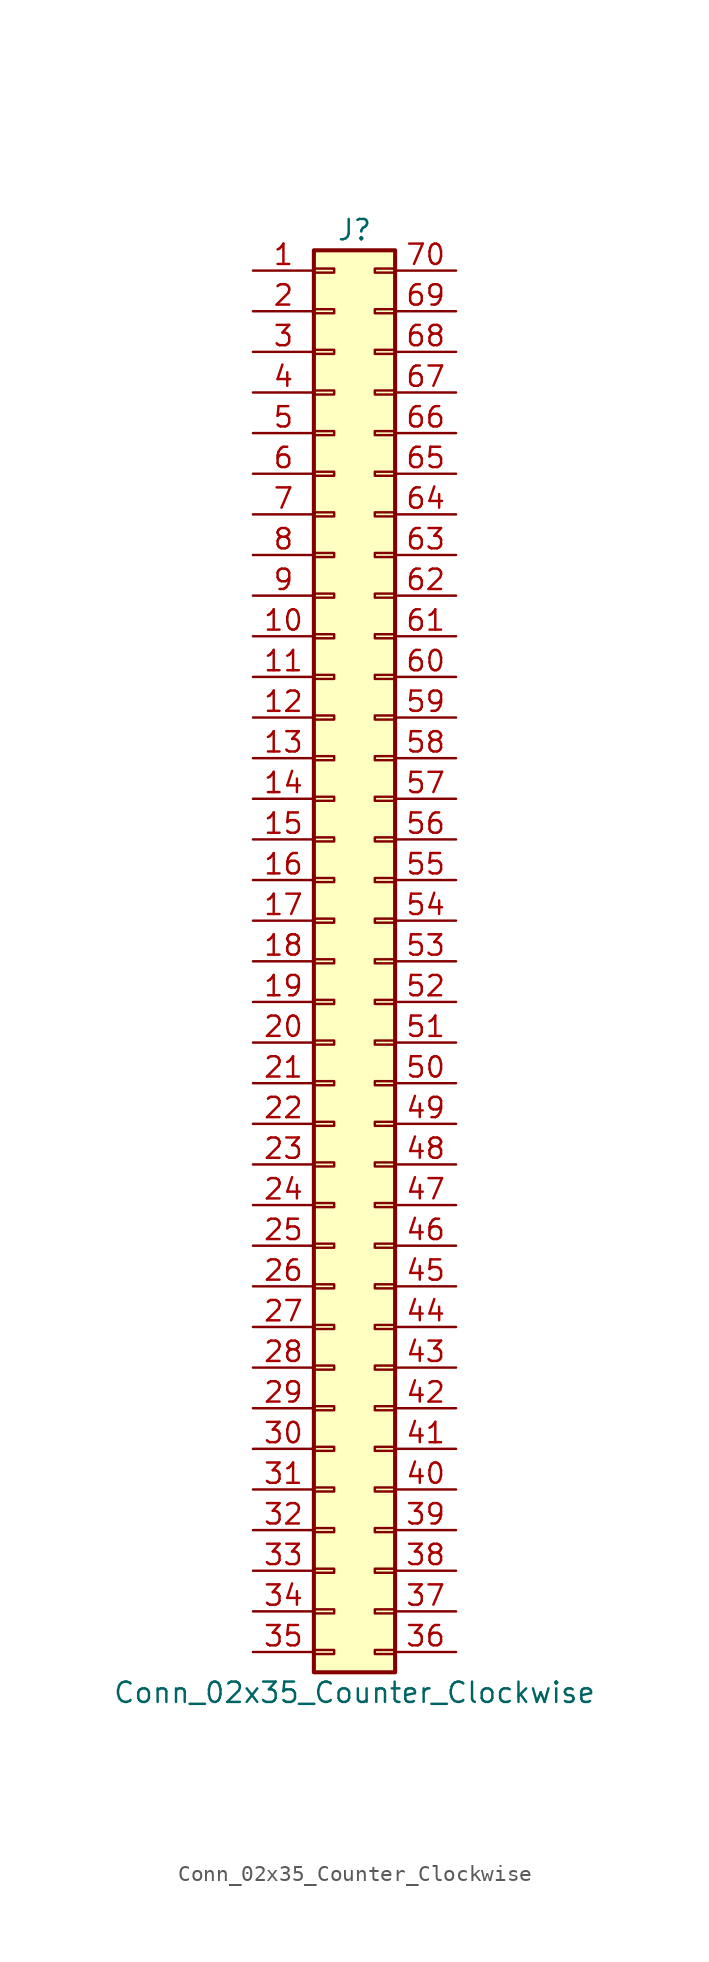
<source format=kicad_sym>
(kicad_symbol_lib
  (version 20220914)
  (generator kicad_symbol_editor)
  (symbol "Conn_02x35_Counter_Clockwise"
    (pin_names
      (offset 1.016) hide)
    (property "Reference" "J"
      (at 1.27 45.72 0)
      (effects (font (size 1.27 1.27))))
    (property "Value" "Conn_02x35_Counter_Clockwise"
      (at 1.27 -45.72 0)
      (effects (font (size 1.27 1.27))))
    (symbol "Conn_02x35_Counter_Clockwise_1_1"
      (rectangle (start -1.27 -43.053) (end 0 -43.307) (stroke (width 0.152) (type solid)) (fill (type none)))
      (rectangle (start -1.27 -40.513) (end 0 -40.767) (stroke (width 0.152) (type solid)) (fill (type none)))
      (rectangle (start -1.27 -37.973) (end 0 -38.227) (stroke (width 0.152) (type solid)) (fill (type none)))
      (rectangle (start -1.27 -35.433) (end 0 -35.687) (stroke (width 0.152) (type solid)) (fill (type none)))
      (rectangle (start -1.27 -32.893) (end 0 -33.147) (stroke (width 0.152) (type solid)) (fill (type none)))
      (rectangle (start -1.27 -30.353) (end 0 -30.607) (stroke (width 0.152) (type solid)) (fill (type none)))
      (rectangle (start -1.27 -27.813) (end 0 -28.067) (stroke (width 0.152) (type solid)) (fill (type none)))
      (rectangle (start -1.27 -25.273) (end 0 -25.527) (stroke (width 0.152) (type solid)) (fill (type none)))
      (rectangle (start -1.27 -22.733) (end 0 -22.987) (stroke (width 0.152) (type solid)) (fill (type none)))
      (rectangle (start -1.27 -20.193) (end 0 -20.447) (stroke (width 0.152) (type solid)) (fill (type none)))
      (rectangle (start -1.27 -17.653) (end 0 -17.907) (stroke (width 0.152) (type solid)) (fill (type none)))
      (rectangle (start -1.27 -15.113) (end 0 -15.367) (stroke (width 0.152) (type solid)) (fill (type none)))
      (rectangle (start -1.27 -12.573) (end 0 -12.827) (stroke (width 0.152) (type solid)) (fill (type none)))
      (rectangle (start -1.27 -10.033) (end 0 -10.287) (stroke (width 0.152) (type solid)) (fill (type none)))
      (rectangle (start -1.27 -7.493) (end 0 -7.747) (stroke (width 0.152) (type solid)) (fill (type none)))
      (rectangle (start -1.27 -4.953) (end 0 -5.207) (stroke (width 0.152) (type solid)) (fill (type none)))
      (rectangle (start -1.27 -2.413) (end 0 -2.667) (stroke (width 0.152) (type solid)) (fill (type none)))
      (rectangle (start -1.27 0.127) (end 0 -0.127) (stroke (width 0.152) (type solid)) (fill (type none)))
      (rectangle (start -1.27 2.667) (end 0 2.413) (stroke (width 0.152) (type solid)) (fill (type none)))
      (rectangle (start -1.27 5.207) (end 0 4.953) (stroke (width 0.152) (type solid)) (fill (type none)))
      (rectangle (start -1.27 7.747) (end 0 7.493) (stroke (width 0.152) (type solid)) (fill (type none)))
      (rectangle (start -1.27 10.287) (end 0 10.033) (stroke (width 0.152) (type solid)) (fill (type none)))
      (rectangle (start -1.27 12.827) (end 0 12.573) (stroke (width 0.152) (type solid)) (fill (type none)))
      (rectangle (start -1.27 15.367) (end 0 15.113) (stroke (width 0.152) (type solid)) (fill (type none)))
      (rectangle (start -1.27 17.907) (end 0 17.653) (stroke (width 0.152) (type solid)) (fill (type none)))
      (rectangle (start -1.27 20.447) (end 0 20.193) (stroke (width 0.152) (type solid)) (fill (type none)))
      (rectangle (start -1.27 22.987) (end 0 22.733) (stroke (width 0.152) (type solid)) (fill (type none)))
      (rectangle (start -1.27 25.527) (end 0 25.273) (stroke (width 0.152) (type solid)) (fill (type none)))
      (rectangle (start -1.27 28.067) (end 0 27.813) (stroke (width 0.152) (type solid)) (fill (type none)))
      (rectangle (start -1.27 30.607) (end 0 30.353) (stroke (width 0.152) (type solid)) (fill (type none)))
      (rectangle (start -1.27 33.147) (end 0 32.893) (stroke (width 0.152) (type solid)) (fill (type none)))
      (rectangle (start -1.27 35.687) (end 0 35.433) (stroke (width 0.152) (type solid)) (fill (type none)))
      (rectangle (start -1.27 38.227) (end 0 37.973) (stroke (width 0.152) (type solid)) (fill (type none)))
      (rectangle (start -1.27 40.767) (end 0 40.513) (stroke (width 0.152) (type solid)) (fill (type none)))
      (rectangle (start -1.27 43.307) (end 0 43.053) (stroke (width 0.152) (type solid)) (fill (type none)))
      (rectangle (start -1.27 44.45) (end 3.81 -44.45) (stroke (width 0.254) (type solid)) (fill (type background)))
      (rectangle (start 3.81 -43.053) (end 2.54 -43.307) (stroke (width 0.152) (type solid)) (fill (type none)))
      (rectangle (start 3.81 -40.513) (end 2.54 -40.767) (stroke (width 0.152) (type solid)) (fill (type none)))
      (rectangle (start 3.81 -37.973) (end 2.54 -38.227) (stroke (width 0.152) (type solid)) (fill (type none)))
      (rectangle (start 3.81 -35.433) (end 2.54 -35.687) (stroke (width 0.152) (type solid)) (fill (type none)))
      (rectangle (start 3.81 -32.893) (end 2.54 -33.147) (stroke (width 0.152) (type solid)) (fill (type none)))
      (rectangle (start 3.81 -30.353) (end 2.54 -30.607) (stroke (width 0.152) (type solid)) (fill (type none)))
      (rectangle (start 3.81 -27.813) (end 2.54 -28.067) (stroke (width 0.152) (type solid)) (fill (type none)))
      (rectangle (start 3.81 -25.273) (end 2.54 -25.527) (stroke (width 0.152) (type solid)) (fill (type none)))
      (rectangle (start 3.81 -22.733) (end 2.54 -22.987) (stroke (width 0.152) (type solid)) (fill (type none)))
      (rectangle (start 3.81 -20.193) (end 2.54 -20.447) (stroke (width 0.152) (type solid)) (fill (type none)))
      (rectangle (start 3.81 -17.653) (end 2.54 -17.907) (stroke (width 0.152) (type solid)) (fill (type none)))
      (rectangle (start 3.81 -15.113) (end 2.54 -15.367) (stroke (width 0.152) (type solid)) (fill (type none)))
      (rectangle (start 3.81 -12.573) (end 2.54 -12.827) (stroke (width 0.152) (type solid)) (fill (type none)))
      (rectangle (start 3.81 -10.033) (end 2.54 -10.287) (stroke (width 0.152) (type solid)) (fill (type none)))
      (rectangle (start 3.81 -7.493) (end 2.54 -7.747) (stroke (width 0.152) (type solid)) (fill (type none)))
      (rectangle (start 3.81 -4.953) (end 2.54 -5.207) (stroke (width 0.152) (type solid)) (fill (type none)))
      (rectangle (start 3.81 -2.413) (end 2.54 -2.667) (stroke (width 0.152) (type solid)) (fill (type none)))
      (rectangle (start 3.81 0.127) (end 2.54 -0.127) (stroke (width 0.152) (type solid)) (fill (type none)))
      (rectangle (start 3.81 2.667) (end 2.54 2.413) (stroke (width 0.152) (type solid)) (fill (type none)))
      (rectangle (start 3.81 5.207) (end 2.54 4.953) (stroke (width 0.152) (type solid)) (fill (type none)))
      (rectangle (start 3.81 7.747) (end 2.54 7.493) (stroke (width 0.152) (type solid)) (fill (type none)))
      (rectangle (start 3.81 10.287) (end 2.54 10.033) (stroke (width 0.152) (type solid)) (fill (type none)))
      (rectangle (start 3.81 12.827) (end 2.54 12.573) (stroke (width 0.152) (type solid)) (fill (type none)))
      (rectangle (start 3.81 15.367) (end 2.54 15.113) (stroke (width 0.152) (type solid)) (fill (type none)))
      (rectangle (start 3.81 17.907) (end 2.54 17.653) (stroke (width 0.152) (type solid)) (fill (type none)))
      (rectangle (start 3.81 20.447) (end 2.54 20.193) (stroke (width 0.152) (type solid)) (fill (type none)))
      (rectangle (start 3.81 22.987) (end 2.54 22.733) (stroke (width 0.152) (type solid)) (fill (type none)))
      (rectangle (start 3.81 25.527) (end 2.54 25.273) (stroke (width 0.152) (type solid)) (fill (type none)))
      (rectangle (start 3.81 28.067) (end 2.54 27.813) (stroke (width 0.152) (type solid)) (fill (type none)))
      (rectangle (start 3.81 30.607) (end 2.54 30.353) (stroke (width 0.152) (type solid)) (fill (type none)))
      (rectangle (start 3.81 33.147) (end 2.54 32.893) (stroke (width 0.152) (type solid)) (fill (type none)))
      (rectangle (start 3.81 35.687) (end 2.54 35.433) (stroke (width 0.152) (type solid)) (fill (type none)))
      (rectangle (start 3.81 38.227) (end 2.54 37.973) (stroke (width 0.152) (type solid)) (fill (type none)))
      (rectangle (start 3.81 40.767) (end 2.54 40.513) (stroke (width 0.152) (type solid)) (fill (type none)))
      (rectangle (start 3.81 43.307) (end 2.54 43.053) (stroke (width 0.152) (type solid)) (fill (type none)))
      (pin passive line (at -5.08 43.18 0) (length 3.81) (name "Pin_1" (effects (font (size 1.27 1.27)))) (number "1" (effects (font (size 1.27 1.27)))))
      (pin passive line (at -5.08 20.32 0) (length 3.81) (name "Pin_10" (effects (font (size 1.27 1.27)))) (number "10" (effects (font (size 1.27 1.27)))))
      (pin passive line (at -5.08 17.78 0) (length 3.81) (name "Pin_11" (effects (font (size 1.27 1.27)))) (number "11" (effects (font (size 1.27 1.27)))))
      (pin passive line (at -5.08 15.24 0) (length 3.81) (name "Pin_12" (effects (font (size 1.27 1.27)))) (number "12" (effects (font (size 1.27 1.27)))))
      (pin passive line (at -5.08 12.7 0) (length 3.81) (name "Pin_13" (effects (font (size 1.27 1.27)))) (number "13" (effects (font (size 1.27 1.27)))))
      (pin passive line (at -5.08 10.16 0) (length 3.81) (name "Pin_14" (effects (font (size 1.27 1.27)))) (number "14" (effects (font (size 1.27 1.27)))))
      (pin passive line (at -5.08 7.62 0) (length 3.81) (name "Pin_15" (effects (font (size 1.27 1.27)))) (number "15" (effects (font (size 1.27 1.27)))))
      (pin passive line (at -5.08 5.08 0) (length 3.81) (name "Pin_16" (effects (font (size 1.27 1.27)))) (number "16" (effects (font (size 1.27 1.27)))))
      (pin passive line (at -5.08 2.54 0) (length 3.81) (name "Pin_17" (effects (font (size 1.27 1.27)))) (number "17" (effects (font (size 1.27 1.27)))))
      (pin passive line (at -5.08 0 0) (length 3.81) (name "Pin_18" (effects (font (size 1.27 1.27)))) (number "18" (effects (font (size 1.27 1.27)))))
      (pin passive line (at -5.08 -2.54 0) (length 3.81) (name "Pin_19" (effects (font (size 1.27 1.27)))) (number "19" (effects (font (size 1.27 1.27)))))
      (pin passive line (at -5.08 40.64 0) (length 3.81) (name "Pin_2" (effects (font (size 1.27 1.27)))) (number "2" (effects (font (size 1.27 1.27)))))
      (pin passive line (at -5.08 -5.08 0) (length 3.81) (name "Pin_20" (effects (font (size 1.27 1.27)))) (number "20" (effects (font (size 1.27 1.27)))))
      (pin passive line (at -5.08 -7.62 0) (length 3.81) (name "Pin_21" (effects (font (size 1.27 1.27)))) (number "21" (effects (font (size 1.27 1.27)))))
      (pin passive line (at -5.08 -10.16 0) (length 3.81) (name "Pin_22" (effects (font (size 1.27 1.27)))) (number "22" (effects (font (size 1.27 1.27)))))
      (pin passive line (at -5.08 -12.7 0) (length 3.81) (name "Pin_23" (effects (font (size 1.27 1.27)))) (number "23" (effects (font (size 1.27 1.27)))))
      (pin passive line (at -5.08 -15.24 0) (length 3.81) (name "Pin_24" (effects (font (size 1.27 1.27)))) (number "24" (effects (font (size 1.27 1.27)))))
      (pin passive line (at -5.08 -17.78 0) (length 3.81) (name "Pin_25" (effects (font (size 1.27 1.27)))) (number "25" (effects (font (size 1.27 1.27)))))
      (pin passive line (at -5.08 -20.32 0) (length 3.81) (name "Pin_26" (effects (font (size 1.27 1.27)))) (number "26" (effects (font (size 1.27 1.27)))))
      (pin passive line (at -5.08 -22.86 0) (length 3.81) (name "Pin_27" (effects (font (size 1.27 1.27)))) (number "27" (effects (font (size 1.27 1.27)))))
      (pin passive line (at -5.08 -25.4 0) (length 3.81) (name "Pin_28" (effects (font (size 1.27 1.27)))) (number "28" (effects (font (size 1.27 1.27)))))
      (pin passive line (at -5.08 -27.94 0) (length 3.81) (name "Pin_29" (effects (font (size 1.27 1.27)))) (number "29" (effects (font (size 1.27 1.27)))))
      (pin passive line (at -5.08 38.1 0) (length 3.81) (name "Pin_3" (effects (font (size 1.27 1.27)))) (number "3" (effects (font (size 1.27 1.27)))))
      (pin passive line (at -5.08 -30.48 0) (length 3.81) (name "Pin_30" (effects (font (size 1.27 1.27)))) (number "30" (effects (font (size 1.27 1.27)))))
      (pin passive line (at -5.08 -33.02 0) (length 3.81) (name "Pin_31" (effects (font (size 1.27 1.27)))) (number "31" (effects (font (size 1.27 1.27)))))
      (pin passive line (at -5.08 -35.56 0) (length 3.81) (name "Pin_32" (effects (font (size 1.27 1.27)))) (number "32" (effects (font (size 1.27 1.27)))))
      (pin passive line (at -5.08 -38.1 0) (length 3.81) (name "Pin_33" (effects (font (size 1.27 1.27)))) (number "33" (effects (font (size 1.27 1.27)))))
      (pin passive line (at -5.08 -40.64 0) (length 3.81) (name "Pin_34" (effects (font (size 1.27 1.27)))) (number "34" (effects (font (size 1.27 1.27)))))
      (pin passive line (at -5.08 -43.18 0) (length 3.81) (name "Pin_35" (effects (font (size 1.27 1.27)))) (number "35" (effects (font (size 1.27 1.27)))))
      (pin passive line (at 7.62 -43.18 180) (length 3.81) (name "Pin_36" (effects (font (size 1.27 1.27)))) (number "36" (effects (font (size 1.27 1.27)))))
      (pin passive line (at 7.62 -40.64 180) (length 3.81) (name "Pin_37" (effects (font (size 1.27 1.27)))) (number "37" (effects (font (size 1.27 1.27)))))
      (pin passive line (at 7.62 -38.1 180) (length 3.81) (name "Pin_38" (effects (font (size 1.27 1.27)))) (number "38" (effects (font (size 1.27 1.27)))))
      (pin passive line (at 7.62 -35.56 180) (length 3.81) (name "Pin_39" (effects (font (size 1.27 1.27)))) (number "39" (effects (font (size 1.27 1.27)))))
      (pin passive line (at -5.08 35.56 0) (length 3.81) (name "Pin_4" (effects (font (size 1.27 1.27)))) (number "4" (effects (font (size 1.27 1.27)))))
      (pin passive line (at 7.62 -33.02 180) (length 3.81) (name "Pin_40" (effects (font (size 1.27 1.27)))) (number "40" (effects (font (size 1.27 1.27)))))
      (pin passive line (at 7.62 -30.48 180) (length 3.81) (name "Pin_41" (effects (font (size 1.27 1.27)))) (number "41" (effects (font (size 1.27 1.27)))))
      (pin passive line (at 7.62 -27.94 180) (length 3.81) (name "Pin_42" (effects (font (size 1.27 1.27)))) (number "42" (effects (font (size 1.27 1.27)))))
      (pin passive line (at 7.62 -25.4 180) (length 3.81) (name "Pin_43" (effects (font (size 1.27 1.27)))) (number "43" (effects (font (size 1.27 1.27)))))
      (pin passive line (at 7.62 -22.86 180) (length 3.81) (name "Pin_44" (effects (font (size 1.27 1.27)))) (number "44" (effects (font (size 1.27 1.27)))))
      (pin passive line (at 7.62 -20.32 180) (length 3.81) (name "Pin_45" (effects (font (size 1.27 1.27)))) (number "45" (effects (font (size 1.27 1.27)))))
      (pin passive line (at 7.62 -17.78 180) (length 3.81) (name "Pin_46" (effects (font (size 1.27 1.27)))) (number "46" (effects (font (size 1.27 1.27)))))
      (pin passive line (at 7.62 -15.24 180) (length 3.81) (name "Pin_47" (effects (font (size 1.27 1.27)))) (number "47" (effects (font (size 1.27 1.27)))))
      (pin passive line (at 7.62 -12.7 180) (length 3.81) (name "Pin_48" (effects (font (size 1.27 1.27)))) (number "48" (effects (font (size 1.27 1.27)))))
      (pin passive line (at 7.62 -10.16 180) (length 3.81) (name "Pin_49" (effects (font (size 1.27 1.27)))) (number "49" (effects (font (size 1.27 1.27)))))
      (pin passive line (at -5.08 33.02 0) (length 3.81) (name "Pin_5" (effects (font (size 1.27 1.27)))) (number "5" (effects (font (size 1.27 1.27)))))
      (pin passive line (at 7.62 -7.62 180) (length 3.81) (name "Pin_50" (effects (font (size 1.27 1.27)))) (number "50" (effects (font (size 1.27 1.27)))))
      (pin passive line (at 7.62 -5.08 180) (length 3.81) (name "Pin_51" (effects (font (size 1.27 1.27)))) (number "51" (effects (font (size 1.27 1.27)))))
      (pin passive line (at 7.62 -2.54 180) (length 3.81) (name "Pin_52" (effects (font (size 1.27 1.27)))) (number "52" (effects (font (size 1.27 1.27)))))
      (pin passive line (at 7.62 0 180) (length 3.81) (name "Pin_53" (effects (font (size 1.27 1.27)))) (number "53" (effects (font (size 1.27 1.27)))))
      (pin passive line (at 7.62 2.54 180) (length 3.81) (name "Pin_54" (effects (font (size 1.27 1.27)))) (number "54" (effects (font (size 1.27 1.27)))))
      (pin passive line (at 7.62 5.08 180) (length 3.81) (name "Pin_55" (effects (font (size 1.27 1.27)))) (number "55" (effects (font (size 1.27 1.27)))))
      (pin passive line (at 7.62 7.62 180) (length 3.81) (name "Pin_56" (effects (font (size 1.27 1.27)))) (number "56" (effects (font (size 1.27 1.27)))))
      (pin passive line (at 7.62 10.16 180) (length 3.81) (name "Pin_57" (effects (font (size 1.27 1.27)))) (number "57" (effects (font (size 1.27 1.27)))))
      (pin passive line (at 7.62 12.7 180) (length 3.81) (name "Pin_58" (effects (font (size 1.27 1.27)))) (number "58" (effects (font (size 1.27 1.27)))))
      (pin passive line (at 7.62 15.24 180) (length 3.81) (name "Pin_59" (effects (font (size 1.27 1.27)))) (number "59" (effects (font (size 1.27 1.27)))))
      (pin passive line (at -5.08 30.48 0) (length 3.81) (name "Pin_6" (effects (font (size 1.27 1.27)))) (number "6" (effects (font (size 1.27 1.27)))))
      (pin passive line (at 7.62 17.78 180) (length 3.81) (name "Pin_60" (effects (font (size 1.27 1.27)))) (number "60" (effects (font (size 1.27 1.27)))))
      (pin passive line (at 7.62 20.32 180) (length 3.81) (name "Pin_61" (effects (font (size 1.27 1.27)))) (number "61" (effects (font (size 1.27 1.27)))))
      (pin passive line (at 7.62 22.86 180) (length 3.81) (name "Pin_62" (effects (font (size 1.27 1.27)))) (number "62" (effects (font (size 1.27 1.27)))))
      (pin passive line (at 7.62 25.4 180) (length 3.81) (name "Pin_63" (effects (font (size 1.27 1.27)))) (number "63" (effects (font (size 1.27 1.27)))))
      (pin passive line (at 7.62 27.94 180) (length 3.81) (name "Pin_64" (effects (font (size 1.27 1.27)))) (number "64" (effects (font (size 1.27 1.27)))))
      (pin passive line (at 7.62 30.48 180) (length 3.81) (name "Pin_65" (effects (font (size 1.27 1.27)))) (number "65" (effects (font (size 1.27 1.27)))))
      (pin passive line (at 7.62 33.02 180) (length 3.81) (name "Pin_66" (effects (font (size 1.27 1.27)))) (number "66" (effects (font (size 1.27 1.27)))))
      (pin passive line (at 7.62 35.56 180) (length 3.81) (name "Pin_67" (effects (font (size 1.27 1.27)))) (number "67" (effects (font (size 1.27 1.27)))))
      (pin passive line (at 7.62 38.1 180) (length 3.81) (name "Pin_68" (effects (font (size 1.27 1.27)))) (number "68" (effects (font (size 1.27 1.27)))))
      (pin passive line (at 7.62 40.64 180) (length 3.81) (name "Pin_69" (effects (font (size 1.27 1.27)))) (number "69" (effects (font (size 1.27 1.27)))))
      (pin passive line (at -5.08 27.94 0) (length 3.81) (name "Pin_7" (effects (font (size 1.27 1.27)))) (number "7" (effects (font (size 1.27 1.27)))))
      (pin passive line (at 7.62 43.18 180) (length 3.81) (name "Pin_70" (effects (font (size 1.27 1.27)))) (number "70" (effects (font (size 1.27 1.27)))))
      (pin passive line (at -5.08 25.4 0) (length 3.81) (name "Pin_8" (effects (font (size 1.27 1.27)))) (number "8" (effects (font (size 1.27 1.27)))))
      (pin passive line (at -5.08 22.86 0) (length 3.81) (name "Pin_9" (effects (font (size 1.27 1.27)))) (number "9" (effects (font (size 1.27 1.27))))))))
</source>
